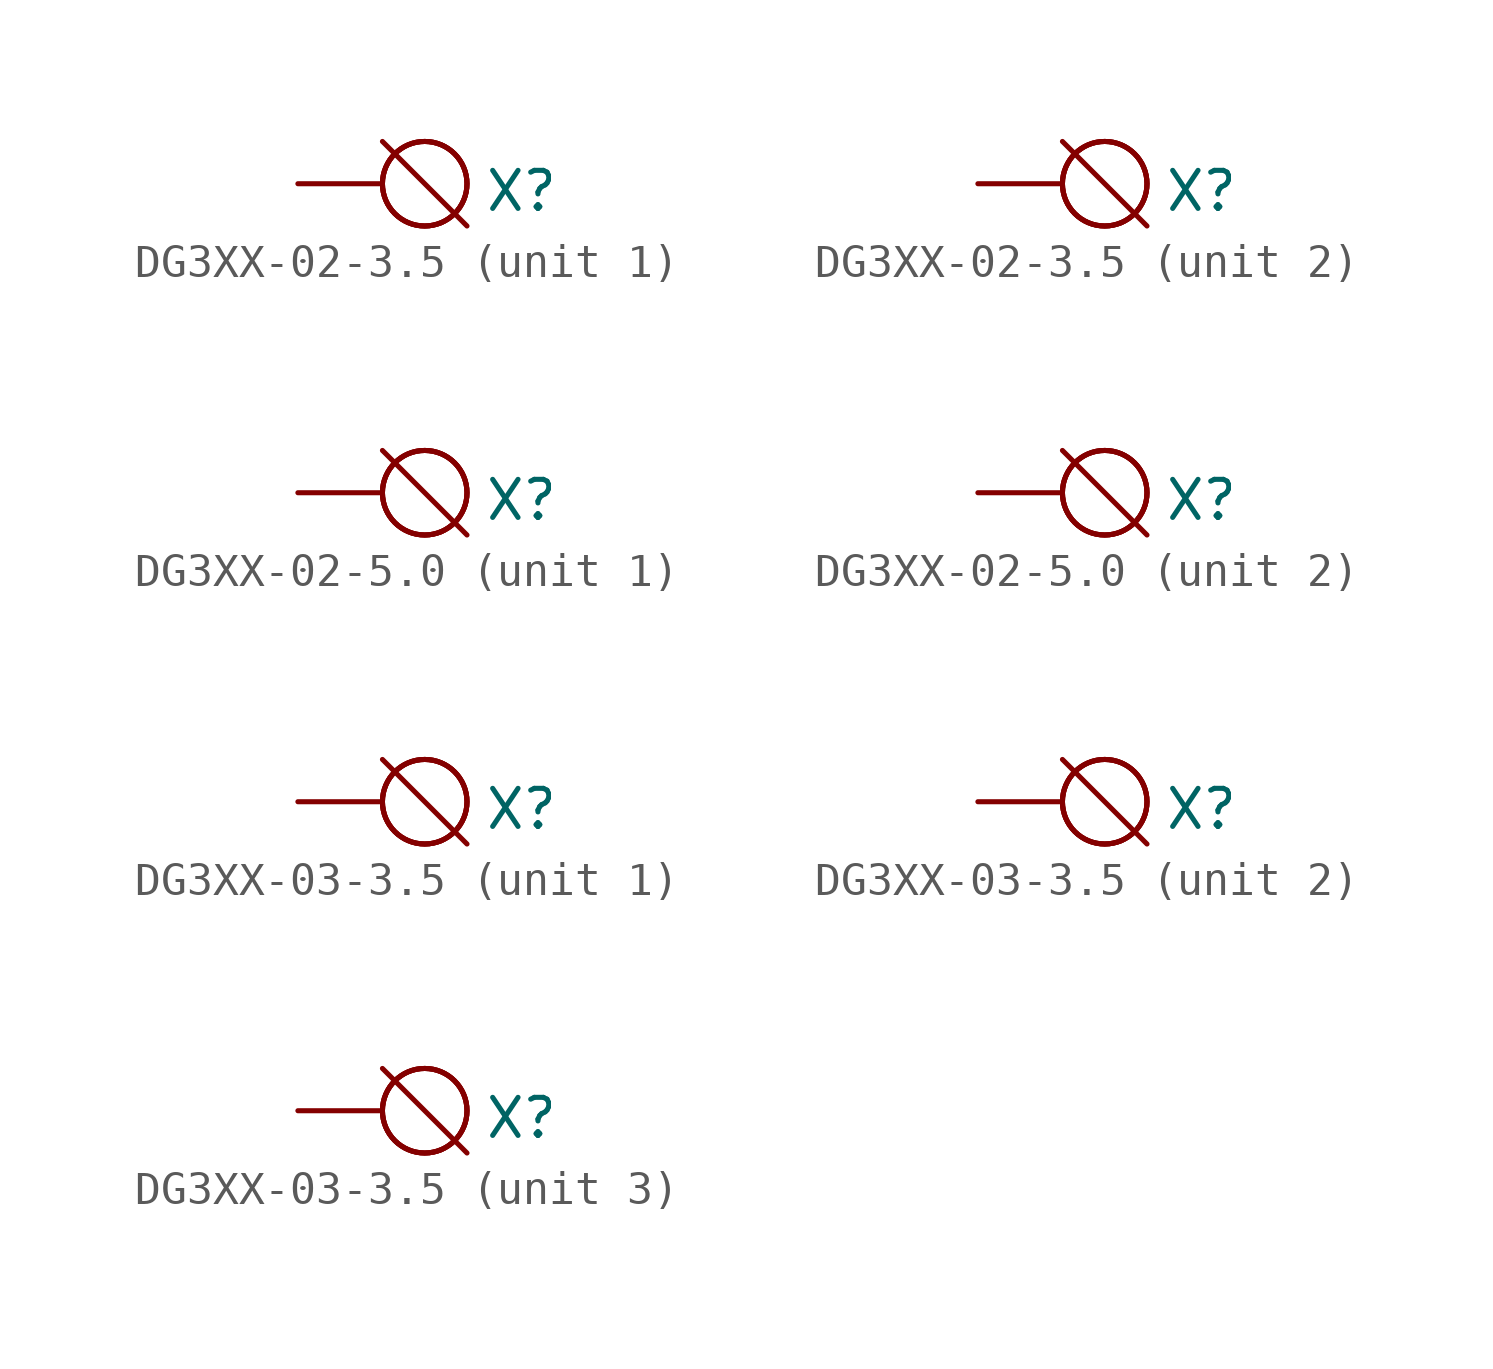
<source format=kicad_sym>
(kicad_symbol_lib
  (version 20211014)
  (generator kicad_symbol_editor)
  (symbol "DG3XX-02-3.5"
    (pin_numbers hide)
    (pin_names
      (offset 1.016) hide)
    (property "Reference" "X"
      (at 3.048 -0.889 0)
      (effects (font (size 1.143 1.143)) (justify left bottom)))
    (property "ki_locked" ""
      (at 0 0 0)
      (effects (font (size 1.27 1.27))))
    (symbol "DG3XX-02-3.5_1_0"
      (polyline (pts (xy 0 1.27) (xy 2.54 -1.27)) (stroke (width 0) (type default) (color 0 0 0 0)) (fill (type none))))
    (symbol "DG3XX-02-3.5_1_1"
      (circle (center 1.27 0) (radius 1.27) (stroke (width 0) (type default) (color 0 0 0 0)) (fill (type none)))
      (circle (center 1.27 0) (radius 1.27) (stroke (width 0) (type default) (color 0 0 0 0)) (fill (type none)))
      (circle (center 1.27 0) (radius 1.27) (stroke (width 0) (type default) (color 0 0 0 0)) (fill (type none)))
      (pin passive line (at -2.54 0 0) (length 2.54) (name "KL" (effects (font (size 1.016 1.016)))) (number "1" (effects (font (size 1.016 1.016))))))
    (symbol "DG3XX-02-3.5_2_0"
      (polyline (pts (xy 0 1.27) (xy 2.54 -1.27)) (stroke (width 0) (type default) (color 0 0 0 0)) (fill (type none))))
    (symbol "DG3XX-02-3.5_2_1"
      (circle (center 1.27 0) (radius 1.27) (stroke (width 0) (type default) (color 0 0 0 0)) (fill (type none)))
      (circle (center 1.27 0) (radius 1.27) (stroke (width 0) (type default) (color 0 0 0 0)) (fill (type none)))
      (circle (center 1.27 0) (radius 1.27) (stroke (width 0) (type default) (color 0 0 0 0)) (fill (type none)))
      (pin passive line (at -2.54 0 0) (length 2.54) (name "KL" (effects (font (size 1.016 1.016)))) (number "2" (effects (font (size 1.016 1.016)))))))
  (symbol "DG3XX-02-5.0"
    (pin_numbers hide)
    (pin_names
      (offset 1.016) hide)
    (property "Reference" "X"
      (at 3.048 -0.889 0)
      (effects (font (size 1.143 1.143)) (justify left bottom)))
    (property "ki_locked" ""
      (at 0 0 0)
      (effects (font (size 1.27 1.27))))
    (symbol "DG3XX-02-5.0_1_0"
      (polyline (pts (xy 0 1.27) (xy 2.54 -1.27)) (stroke (width 0) (type default) (color 0 0 0 0)) (fill (type none))))
    (symbol "DG3XX-02-5.0_1_1"
      (circle (center 1.27 0) (radius 1.27) (stroke (width 0) (type default) (color 0 0 0 0)) (fill (type none)))
      (circle (center 1.27 0) (radius 1.27) (stroke (width 0) (type default) (color 0 0 0 0)) (fill (type none)))
      (circle (center 1.27 0) (radius 1.27) (stroke (width 0) (type default) (color 0 0 0 0)) (fill (type none)))
      (pin passive line (at -2.54 0 0) (length 2.54) (name "KL" (effects (font (size 1.016 1.016)))) (number "1" (effects (font (size 1.016 1.016))))))
    (symbol "DG3XX-02-5.0_2_0"
      (polyline (pts (xy 0 1.27) (xy 2.54 -1.27)) (stroke (width 0) (type default) (color 0 0 0 0)) (fill (type none))))
    (symbol "DG3XX-02-5.0_2_1"
      (circle (center 1.27 0) (radius 1.27) (stroke (width 0) (type default) (color 0 0 0 0)) (fill (type none)))
      (circle (center 1.27 0) (radius 1.27) (stroke (width 0) (type default) (color 0 0 0 0)) (fill (type none)))
      (circle (center 1.27 0) (radius 1.27) (stroke (width 0) (type default) (color 0 0 0 0)) (fill (type none)))
      (pin passive line (at -2.54 0 0) (length 2.54) (name "KL" (effects (font (size 1.016 1.016)))) (number "2" (effects (font (size 1.016 1.016)))))))
  (symbol "DG3XX-03-3.5"
    (pin_numbers hide)
    (pin_names
      (offset 1.016) hide)
    (property "Reference" "X"
      (at 3.048 -0.889 0)
      (effects (font (size 1.143 1.143)) (justify left bottom)))
    (property "ki_locked" ""
      (at 0 0 0)
      (effects (font (size 1.27 1.27))))
    (symbol "DG3XX-03-3.5_1_0"
      (polyline (pts (xy 0 1.27) (xy 2.54 -1.27)) (stroke (width 0) (type default) (color 0 0 0 0)) (fill (type none))))
    (symbol "DG3XX-03-3.5_1_1"
      (circle (center 1.27 0) (radius 1.27) (stroke (width 0) (type default) (color 0 0 0 0)) (fill (type none)))
      (circle (center 1.27 0) (radius 1.27) (stroke (width 0) (type default) (color 0 0 0 0)) (fill (type none)))
      (circle (center 1.27 0) (radius 1.27) (stroke (width 0) (type default) (color 0 0 0 0)) (fill (type none)))
      (pin passive line (at -2.54 0 0) (length 2.54) (name "KL" (effects (font (size 1.016 1.016)))) (number "1" (effects (font (size 1.016 1.016))))))
    (symbol "DG3XX-03-3.5_2_0"
      (polyline (pts (xy 0 1.27) (xy 2.54 -1.27)) (stroke (width 0) (type default) (color 0 0 0 0)) (fill (type none))))
    (symbol "DG3XX-03-3.5_2_1"
      (circle (center 1.27 0) (radius 1.27) (stroke (width 0) (type default) (color 0 0 0 0)) (fill (type none)))
      (circle (center 1.27 0) (radius 1.27) (stroke (width 0) (type default) (color 0 0 0 0)) (fill (type none)))
      (circle (center 1.27 0) (radius 1.27) (stroke (width 0) (type default) (color 0 0 0 0)) (fill (type none)))
      (pin passive line (at -2.54 0 0) (length 2.54) (name "KL" (effects (font (size 1.016 1.016)))) (number "2" (effects (font (size 1.016 1.016))))))
    (symbol "DG3XX-03-3.5_3_0"
      (polyline (pts (xy 0 1.27) (xy 2.54 -1.27)) (stroke (width 0) (type default) (color 0 0 0 0)) (fill (type none))))
    (symbol "DG3XX-03-3.5_3_1"
      (circle (center 1.27 0) (radius 1.27) (stroke (width 0) (type default) (color 0 0 0 0)) (fill (type none)))
      (circle (center 1.27 0) (radius 1.27) (stroke (width 0) (type default) (color 0 0 0 0)) (fill (type none)))
      (circle (center 1.27 0) (radius 1.27) (stroke (width 0) (type default) (color 0 0 0 0)) (fill (type none)))
      (pin passive line (at -2.54 0 0) (length 2.54) (name "KL" (effects (font (size 1.016 1.016)))) (number "3" (effects (font (size 1.016 1.016))))))))
</source>
